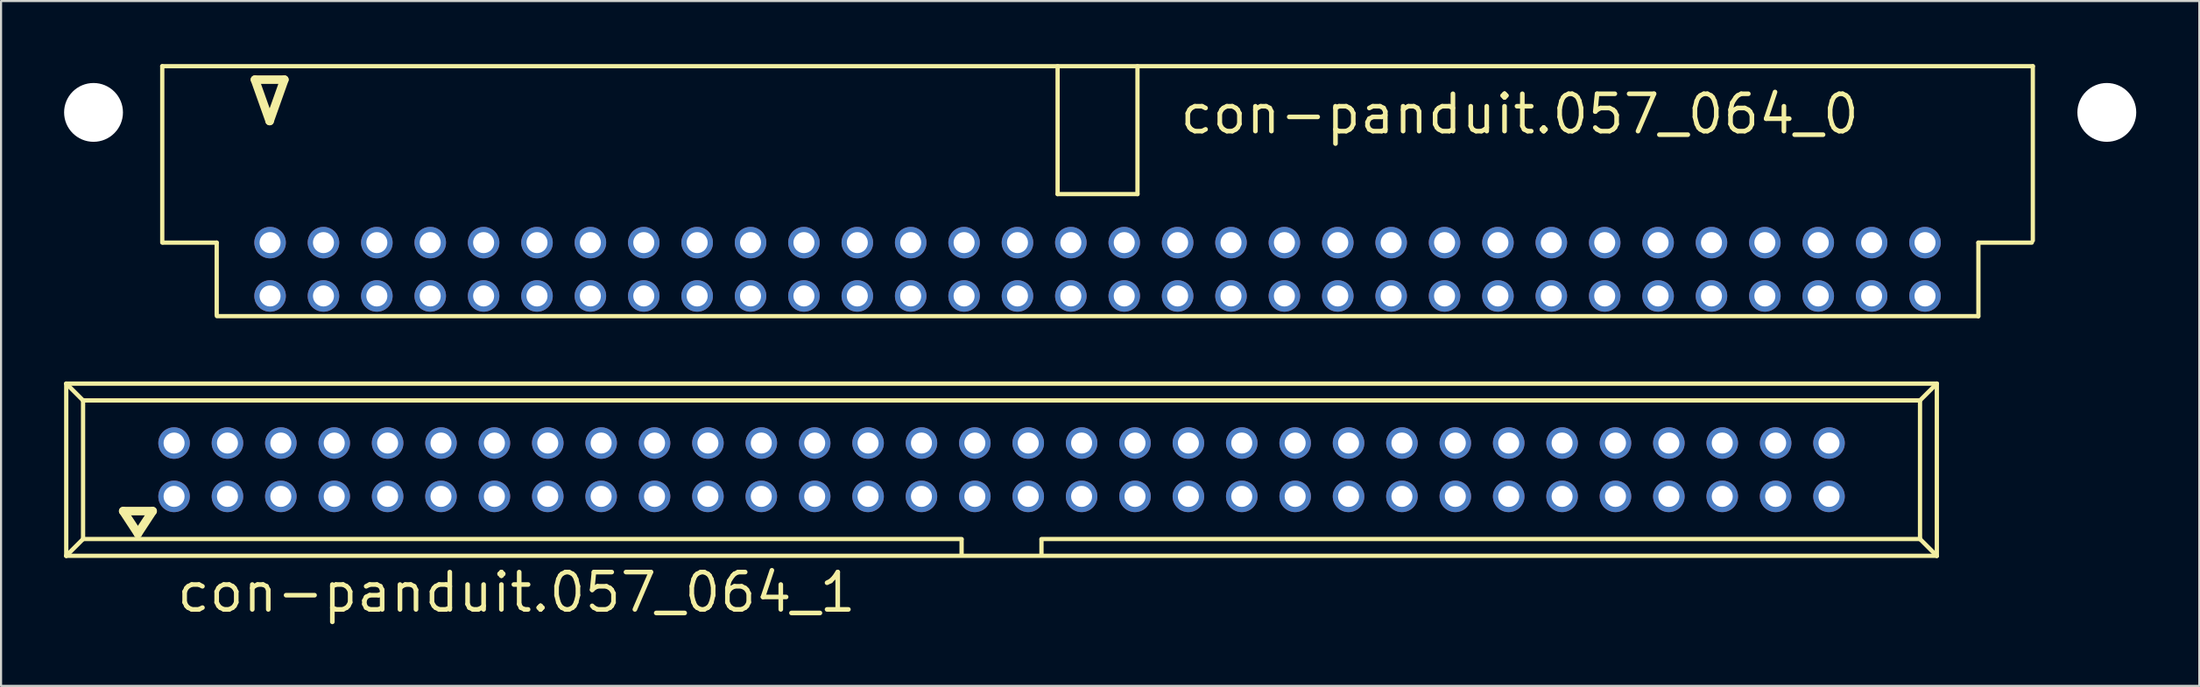
<source format=kicad_pcb>
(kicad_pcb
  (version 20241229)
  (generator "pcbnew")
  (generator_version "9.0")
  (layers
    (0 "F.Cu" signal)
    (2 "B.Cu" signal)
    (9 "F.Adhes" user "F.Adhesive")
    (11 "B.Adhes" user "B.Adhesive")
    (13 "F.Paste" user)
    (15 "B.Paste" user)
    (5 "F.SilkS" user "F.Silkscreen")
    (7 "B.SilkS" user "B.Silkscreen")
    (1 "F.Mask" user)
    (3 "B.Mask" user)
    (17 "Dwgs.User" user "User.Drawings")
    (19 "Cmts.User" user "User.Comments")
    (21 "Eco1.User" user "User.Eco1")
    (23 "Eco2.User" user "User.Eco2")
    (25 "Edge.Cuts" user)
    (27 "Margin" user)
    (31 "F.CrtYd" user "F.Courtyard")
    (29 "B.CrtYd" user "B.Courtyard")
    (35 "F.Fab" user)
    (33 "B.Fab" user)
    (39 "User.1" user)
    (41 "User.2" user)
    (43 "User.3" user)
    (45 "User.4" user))
  (footprint "con-panduit.057_064_0"
    (layer "F.Cu")
    (at 49.17 5.962)
    (property "Reference" "con-panduit.057_064_0" (at 3.81 -2.54 0) (layer "F.SilkS") (effects (font (size 1.778 1.778) (thickness 0.22)) (justify left bottom)))
    (attr through_hole)
    (fp_line (start -44.5 -5.86) (end 44.5 -5.86) (stroke (width 0.203) (type default)) (layer "F.SilkS"))
    (fp_line (start -44.5 2.54) (end -44.5 -5.86) (stroke (width 0.203) (type default)) (layer "F.SilkS"))
    (fp_line (start -44.45 2.54) (end -41.91 2.54) (stroke (width 0.203) (type default)) (layer "F.SilkS"))
    (fp_line (start -41.91 2.54) (end -41.91 5.98) (stroke (width 0.203) (type default)) (layer "F.SilkS"))
    (fp_line (start -40.09 -5.22) (end -39.39 -3.25) (stroke (width 0.406) (type default)) (layer "F.SilkS"))
    (fp_line (start -39.39 -3.25) (end -38.69 -5.22) (stroke (width 0.406) (type default)) (layer "F.SilkS"))
    (fp_line (start -38.69 -5.22) (end -40.09 -5.22) (stroke (width 0.406) (type default)) (layer "F.SilkS"))
    (fp_line (start -1.9 0.23) (end -1.9 -5.86) (stroke (width 0.203) (type default)) (layer "F.SilkS"))
    (fp_line (start -1.9 0.23) (end 1.9 0.23) (stroke (width 0.203) (type default)) (layer "F.SilkS"))
    (fp_line (start 1.9 0.23) (end 1.9 -5.86) (stroke (width 0.203) (type default)) (layer "F.SilkS"))
    (fp_line (start 41.9 6.04) (end -41.9 6.04) (stroke (width 0.203) (type default)) (layer "F.SilkS"))
    (fp_line (start 41.91 2.54) (end 41.91 6.05) (stroke (width 0.203) (type default)) (layer "F.SilkS"))
    (fp_line (start 44.45 2.54) (end 41.91 2.54) (stroke (width 0.203) (type default)) (layer "F.SilkS"))
    (fp_line (start 44.5 -5.86) (end 44.5 2.44) (stroke (width 0.203) (type default)) (layer "F.SilkS"))
    (pad "" np_thru_hole circle (at -47.77 -3.66) (size 2.8 2.8) (drill 2.8) (layers "*.Cu" "*.Mask"))
    (pad "" np_thru_hole circle (at 48.02 -3.66) (size 2.8 2.8) (drill 2.8) (layers "*.Cu" "*.Mask"))
    (pad "1" thru_hole circle (at -39.37 5.08) (size 1.5 1.5) (drill 1) (layers "*.Cu" "*.Mask"))
    (pad "2" thru_hole circle (at -39.37 2.54) (size 1.5 1.5) (drill 1) (layers "*.Cu" "*.Mask"))
    (pad "3" thru_hole circle (at -36.83 5.08) (size 1.5 1.5) (drill 1) (layers "*.Cu" "*.Mask"))
    (pad "4" thru_hole circle (at -36.83 2.54) (size 1.5 1.5) (drill 1) (layers "*.Cu" "*.Mask"))
    (pad "5" thru_hole circle (at -34.29 5.08) (size 1.5 1.5) (drill 1) (layers "*.Cu" "*.Mask"))
    (pad "6" thru_hole circle (at -34.29 2.54) (size 1.5 1.5) (drill 1) (layers "*.Cu" "*.Mask"))
    (pad "7" thru_hole circle (at -31.75 5.08) (size 1.5 1.5) (drill 1) (layers "*.Cu" "*.Mask"))
    (pad "8" thru_hole circle (at -31.75 2.54) (size 1.5 1.5) (drill 1) (layers "*.Cu" "*.Mask"))
    (pad "9" thru_hole circle (at -29.21 5.08) (size 1.5 1.5) (drill 1) (layers "*.Cu" "*.Mask"))
    (pad "10" thru_hole circle (at -29.21 2.54) (size 1.5 1.5) (drill 1) (layers "*.Cu" "*.Mask"))
    (pad "11" thru_hole circle (at -26.67 5.08) (size 1.5 1.5) (drill 1) (layers "*.Cu" "*.Mask"))
    (pad "12" thru_hole circle (at -26.67 2.54) (size 1.5 1.5) (drill 1) (layers "*.Cu" "*.Mask"))
    (pad "13" thru_hole circle (at -24.13 5.08) (size 1.5 1.5) (drill 1) (layers "*.Cu" "*.Mask"))
    (pad "14" thru_hole circle (at -24.13 2.54) (size 1.5 1.5) (drill 1) (layers "*.Cu" "*.Mask"))
    (pad "15" thru_hole circle (at -21.59 5.08) (size 1.5 1.5) (drill 1) (layers "*.Cu" "*.Mask"))
    (pad "16" thru_hole circle (at -21.59 2.54) (size 1.5 1.5) (drill 1) (layers "*.Cu" "*.Mask"))
    (pad "17" thru_hole circle (at -19.05 5.08) (size 1.5 1.5) (drill 1) (layers "*.Cu" "*.Mask"))
    (pad "18" thru_hole circle (at -19.05 2.54) (size 1.5 1.5) (drill 1) (layers "*.Cu" "*.Mask"))
    (pad "19" thru_hole circle (at -16.51 5.08) (size 1.5 1.5) (drill 1) (layers "*.Cu" "*.Mask"))
    (pad "20" thru_hole circle (at -16.51 2.54) (size 1.5 1.5) (drill 1) (layers "*.Cu" "*.Mask"))
    (pad "21" thru_hole circle (at -13.97 5.08) (size 1.5 1.5) (drill 1) (layers "*.Cu" "*.Mask"))
    (pad "22" thru_hole circle (at -13.97 2.54) (size 1.5 1.5) (drill 1) (layers "*.Cu" "*.Mask"))
    (pad "23" thru_hole circle (at -11.43 5.08) (size 1.5 1.5) (drill 1) (layers "*.Cu" "*.Mask"))
    (pad "24" thru_hole circle (at -11.43 2.54) (size 1.5 1.5) (drill 1) (layers "*.Cu" "*.Mask"))
    (pad "25" thru_hole circle (at -8.89 5.08) (size 1.5 1.5) (drill 1) (layers "*.Cu" "*.Mask"))
    (pad "26" thru_hole circle (at -8.89 2.54) (size 1.5 1.5) (drill 1) (layers "*.Cu" "*.Mask"))
    (pad "27" thru_hole circle (at -6.35 5.08) (size 1.5 1.5) (drill 1) (layers "*.Cu" "*.Mask"))
    (pad "28" thru_hole circle (at -6.35 2.54) (size 1.5 1.5) (drill 1) (layers "*.Cu" "*.Mask"))
    (pad "29" thru_hole circle (at -3.81 5.08) (size 1.5 1.5) (drill 1) (layers "*.Cu" "*.Mask"))
    (pad "30" thru_hole circle (at -3.81 2.54) (size 1.5 1.5) (drill 1) (layers "*.Cu" "*.Mask"))
    (pad "31" thru_hole circle (at -1.27 5.08) (size 1.5 1.5) (drill 1) (layers "*.Cu" "*.Mask"))
    (pad "32" thru_hole circle (at -1.27 2.54) (size 1.5 1.5) (drill 1) (layers "*.Cu" "*.Mask"))
    (pad "33" thru_hole circle (at 1.27 5.08) (size 1.5 1.5) (drill 1) (layers "*.Cu" "*.Mask"))
    (pad "34" thru_hole circle (at 1.27 2.54) (size 1.5 1.5) (drill 1) (layers "*.Cu" "*.Mask"))
    (pad "35" thru_hole circle (at 3.81 5.08) (size 1.5 1.5) (drill 1) (layers "*.Cu" "*.Mask"))
    (pad "36" thru_hole circle (at 3.81 2.54) (size 1.5 1.5) (drill 1) (layers "*.Cu" "*.Mask"))
    (pad "37" thru_hole circle (at 6.35 5.08) (size 1.5 1.5) (drill 1) (layers "*.Cu" "*.Mask"))
    (pad "38" thru_hole circle (at 6.35 2.54) (size 1.5 1.5) (drill 1) (layers "*.Cu" "*.Mask"))
    (pad "39" thru_hole circle (at 8.89 5.08) (size 1.5 1.5) (drill 1) (layers "*.Cu" "*.Mask"))
    (pad "40" thru_hole circle (at 8.89 2.54) (size 1.5 1.5) (drill 1) (layers "*.Cu" "*.Mask"))
    (pad "41" thru_hole circle (at 11.43 5.08) (size 1.5 1.5) (drill 1) (layers "*.Cu" "*.Mask"))
    (pad "42" thru_hole circle (at 11.43 2.54) (size 1.5 1.5) (drill 1) (layers "*.Cu" "*.Mask"))
    (pad "43" thru_hole circle (at 13.97 5.08) (size 1.5 1.5) (drill 1) (layers "*.Cu" "*.Mask"))
    (pad "44" thru_hole circle (at 13.97 2.54) (size 1.5 1.5) (drill 1) (layers "*.Cu" "*.Mask"))
    (pad "45" thru_hole circle (at 16.51 5.08) (size 1.5 1.5) (drill 1) (layers "*.Cu" "*.Mask"))
    (pad "46" thru_hole circle (at 16.51 2.54) (size 1.5 1.5) (drill 1) (layers "*.Cu" "*.Mask"))
    (pad "47" thru_hole circle (at 19.05 5.08) (size 1.5 1.5) (drill 1) (layers "*.Cu" "*.Mask"))
    (pad "48" thru_hole circle (at 19.05 2.54) (size 1.5 1.5) (drill 1) (layers "*.Cu" "*.Mask"))
    (pad "49" thru_hole circle (at 21.59 5.08) (size 1.5 1.5) (drill 1) (layers "*.Cu" "*.Mask"))
    (pad "50" thru_hole circle (at 21.59 2.54) (size 1.5 1.5) (drill 1) (layers "*.Cu" "*.Mask"))
    (pad "51" thru_hole circle (at 24.13 5.08) (size 1.5 1.5) (drill 1) (layers "*.Cu" "*.Mask"))
    (pad "52" thru_hole circle (at 24.13 2.54) (size 1.5 1.5) (drill 1) (layers "*.Cu" "*.Mask"))
    (pad "53" thru_hole circle (at 26.67 5.08) (size 1.5 1.5) (drill 1) (layers "*.Cu" "*.Mask"))
    (pad "54" thru_hole circle (at 26.67 2.54) (size 1.5 1.5) (drill 1) (layers "*.Cu" "*.Mask"))
    (pad "55" thru_hole circle (at 29.21 5.08) (size 1.5 1.5) (drill 1) (layers "*.Cu" "*.Mask"))
    (pad "56" thru_hole circle (at 29.21 2.54) (size 1.5 1.5) (drill 1) (layers "*.Cu" "*.Mask"))
    (pad "57" thru_hole circle (at 31.75 5.08) (size 1.5 1.5) (drill 1) (layers "*.Cu" "*.Mask"))
    (pad "58" thru_hole circle (at 31.75 2.54) (size 1.5 1.5) (drill 1) (layers "*.Cu" "*.Mask"))
    (pad "59" thru_hole circle (at 34.29 5.08) (size 1.5 1.5) (drill 1) (layers "*.Cu" "*.Mask"))
    (pad "60" thru_hole circle (at 34.29 2.54) (size 1.5 1.5) (drill 1) (layers "*.Cu" "*.Mask"))
    (pad "61" thru_hole circle (at 36.83 5.08) (size 1.5 1.5) (drill 1) (layers "*.Cu" "*.Mask"))
    (pad "62" thru_hole circle (at 36.83 2.54) (size 1.5 1.5) (drill 1) (layers "*.Cu" "*.Mask"))
    (pad "63" thru_hole circle (at 39.37 5.08) (size 1.5 1.5) (drill 1) (layers "*.Cu" "*.Mask"))
    (pad "64" thru_hole circle (at 39.37 2.54) (size 1.5 1.5) (drill 1) (layers "*.Cu" "*.Mask")))
  (footprint "con-panduit.057_064_1"
    (layer "F.Cu")
    (at 44.602 19.315)
    (property "Reference" "con-panduit.057_064_1" (at -39.35 6.88 0) (layer "F.SilkS") (effects (font (size 1.778 1.778) (thickness 0.22)) (justify left bottom)))
    (attr through_hole)
    (fp_line (start -44.5 -4.1) (end -43.7 -3.3) (stroke (width 0.203) (type default)) (layer "F.SilkS"))
    (fp_line (start -44.5 4.1) (end -44.5 -4.1) (stroke (width 0.203) (type default)) (layer "F.SilkS"))
    (fp_line (start -44.5 4.1) (end -43.7 3.3) (stroke (width 0.203) (type default)) (layer "F.SilkS"))
    (fp_line (start -44.5 4.1) (end 44.5 4.1) (stroke (width 0.203) (type default)) (layer "F.SilkS"))
    (fp_line (start -43.7 -3.3) (end 43.7 -3.3) (stroke (width 0.203) (type default)) (layer "F.SilkS"))
    (fp_line (start -43.7 3.3) (end -43.7 -3.3) (stroke (width 0.203) (type default)) (layer "F.SilkS"))
    (fp_line (start -41.79 1.97) (end -41.09 3.04) (stroke (width 0.406) (type default)) (layer "F.SilkS"))
    (fp_line (start -41.09 3.04) (end -40.39 1.97) (stroke (width 0.406) (type default)) (layer "F.SilkS"))
    (fp_line (start -40.39 1.97) (end -41.79 1.97) (stroke (width 0.406) (type default)) (layer "F.SilkS"))
    (fp_line (start -1.9 3.3) (end -43.7 3.3) (stroke (width 0.203) (type default)) (layer "F.SilkS"))
    (fp_line (start -1.9 3.32) (end -1.9 4.03) (stroke (width 0.203) (type default)) (layer "F.SilkS"))
    (fp_line (start 1.9 3.32) (end 1.9 4.03) (stroke (width 0.203) (type default)) (layer "F.SilkS"))
    (fp_line (start 43.7 -3.3) (end 43.7 3.3) (stroke (width 0.203) (type default)) (layer "F.SilkS"))
    (fp_line (start 43.7 3.3) (end 1.9 3.3) (stroke (width 0.203) (type default)) (layer "F.SilkS"))
    (fp_line (start 43.7 3.3) (end 44.5 4.1) (stroke (width 0.203) (type default)) (layer "F.SilkS"))
    (fp_line (start 44.5 -4.1) (end -44.5 -4.1) (stroke (width 0.203) (type default)) (layer "F.SilkS"))
    (fp_line (start 44.5 -4.1) (end 43.7 -3.3) (stroke (width 0.203) (type default)) (layer "F.SilkS"))
    (fp_line (start 44.5 4.1) (end 44.5 -4.1) (stroke (width 0.203) (type default)) (layer "F.SilkS"))
    (pad "1" thru_hole circle (at -39.37 1.27) (size 1.5 1.5) (drill 1) (layers "*.Cu" "*.Mask"))
    (pad "2" thru_hole circle (at -39.37 -1.27) (size 1.5 1.5) (drill 1) (layers "*.Cu" "*.Mask"))
    (pad "3" thru_hole circle (at -36.83 1.27) (size 1.5 1.5) (drill 1) (layers "*.Cu" "*.Mask"))
    (pad "4" thru_hole circle (at -36.83 -1.27) (size 1.5 1.5) (drill 1) (layers "*.Cu" "*.Mask"))
    (pad "5" thru_hole circle (at -34.29 1.27) (size 1.5 1.5) (drill 1) (layers "*.Cu" "*.Mask"))
    (pad "6" thru_hole circle (at -34.29 -1.27) (size 1.5 1.5) (drill 1) (layers "*.Cu" "*.Mask"))
    (pad "7" thru_hole circle (at -31.75 1.27) (size 1.5 1.5) (drill 1) (layers "*.Cu" "*.Mask"))
    (pad "8" thru_hole circle (at -31.75 -1.27) (size 1.5 1.5) (drill 1) (layers "*.Cu" "*.Mask"))
    (pad "9" thru_hole circle (at -29.21 1.27) (size 1.5 1.5) (drill 1) (layers "*.Cu" "*.Mask"))
    (pad "10" thru_hole circle (at -29.21 -1.27) (size 1.5 1.5) (drill 1) (layers "*.Cu" "*.Mask"))
    (pad "11" thru_hole circle (at -26.67 1.27) (size 1.5 1.5) (drill 1) (layers "*.Cu" "*.Mask"))
    (pad "12" thru_hole circle (at -26.67 -1.27) (size 1.5 1.5) (drill 1) (layers "*.Cu" "*.Mask"))
    (pad "13" thru_hole circle (at -24.13 1.27) (size 1.5 1.5) (drill 1) (layers "*.Cu" "*.Mask"))
    (pad "14" thru_hole circle (at -24.13 -1.27) (size 1.5 1.5) (drill 1) (layers "*.Cu" "*.Mask"))
    (pad "15" thru_hole circle (at -21.59 1.27) (size 1.5 1.5) (drill 1) (layers "*.Cu" "*.Mask"))
    (pad "16" thru_hole circle (at -21.59 -1.27) (size 1.5 1.5) (drill 1) (layers "*.Cu" "*.Mask"))
    (pad "17" thru_hole circle (at -19.05 1.27) (size 1.5 1.5) (drill 1) (layers "*.Cu" "*.Mask"))
    (pad "18" thru_hole circle (at -19.05 -1.27) (size 1.5 1.5) (drill 1) (layers "*.Cu" "*.Mask"))
    (pad "19" thru_hole circle (at -16.51 1.27) (size 1.5 1.5) (drill 1) (layers "*.Cu" "*.Mask"))
    (pad "20" thru_hole circle (at -16.51 -1.27) (size 1.5 1.5) (drill 1) (layers "*.Cu" "*.Mask"))
    (pad "21" thru_hole circle (at -13.97 1.27) (size 1.5 1.5) (drill 1) (layers "*.Cu" "*.Mask"))
    (pad "22" thru_hole circle (at -13.97 -1.27) (size 1.5 1.5) (drill 1) (layers "*.Cu" "*.Mask"))
    (pad "23" thru_hole circle (at -11.43 1.27) (size 1.5 1.5) (drill 1) (layers "*.Cu" "*.Mask"))
    (pad "24" thru_hole circle (at -11.43 -1.27) (size 1.5 1.5) (drill 1) (layers "*.Cu" "*.Mask"))
    (pad "25" thru_hole circle (at -8.89 1.27) (size 1.5 1.5) (drill 1) (layers "*.Cu" "*.Mask"))
    (pad "26" thru_hole circle (at -8.89 -1.27) (size 1.5 1.5) (drill 1) (layers "*.Cu" "*.Mask"))
    (pad "27" thru_hole circle (at -6.35 1.27) (size 1.5 1.5) (drill 1) (layers "*.Cu" "*.Mask"))
    (pad "28" thru_hole circle (at -6.35 -1.27) (size 1.5 1.5) (drill 1) (layers "*.Cu" "*.Mask"))
    (pad "29" thru_hole circle (at -3.81 1.27) (size 1.5 1.5) (drill 1) (layers "*.Cu" "*.Mask"))
    (pad "30" thru_hole circle (at -3.81 -1.27) (size 1.5 1.5) (drill 1) (layers "*.Cu" "*.Mask"))
    (pad "31" thru_hole circle (at -1.27 1.27) (size 1.5 1.5) (drill 1) (layers "*.Cu" "*.Mask"))
    (pad "32" thru_hole circle (at -1.27 -1.27) (size 1.5 1.5) (drill 1) (layers "*.Cu" "*.Mask"))
    (pad "33" thru_hole circle (at 1.27 1.27) (size 1.5 1.5) (drill 1) (layers "*.Cu" "*.Mask"))
    (pad "34" thru_hole circle (at 1.27 -1.27) (size 1.5 1.5) (drill 1) (layers "*.Cu" "*.Mask"))
    (pad "35" thru_hole circle (at 3.81 1.27) (size 1.5 1.5) (drill 1) (layers "*.Cu" "*.Mask"))
    (pad "36" thru_hole circle (at 3.81 -1.27) (size 1.5 1.5) (drill 1) (layers "*.Cu" "*.Mask"))
    (pad "37" thru_hole circle (at 6.35 1.27) (size 1.5 1.5) (drill 1) (layers "*.Cu" "*.Mask"))
    (pad "38" thru_hole circle (at 6.35 -1.27) (size 1.5 1.5) (drill 1) (layers "*.Cu" "*.Mask"))
    (pad "39" thru_hole circle (at 8.89 1.27) (size 1.5 1.5) (drill 1) (layers "*.Cu" "*.Mask"))
    (pad "40" thru_hole circle (at 8.89 -1.27) (size 1.5 1.5) (drill 1) (layers "*.Cu" "*.Mask"))
    (pad "41" thru_hole circle (at 11.43 1.27) (size 1.5 1.5) (drill 1) (layers "*.Cu" "*.Mask"))
    (pad "42" thru_hole circle (at 11.43 -1.27) (size 1.5 1.5) (drill 1) (layers "*.Cu" "*.Mask"))
    (pad "43" thru_hole circle (at 13.97 1.27) (size 1.5 1.5) (drill 1) (layers "*.Cu" "*.Mask"))
    (pad "44" thru_hole circle (at 13.97 -1.27) (size 1.5 1.5) (drill 1) (layers "*.Cu" "*.Mask"))
    (pad "45" thru_hole circle (at 16.51 1.27) (size 1.5 1.5) (drill 1) (layers "*.Cu" "*.Mask"))
    (pad "46" thru_hole circle (at 16.51 -1.27) (size 1.5 1.5) (drill 1) (layers "*.Cu" "*.Mask"))
    (pad "47" thru_hole circle (at 19.05 1.27) (size 1.5 1.5) (drill 1) (layers "*.Cu" "*.Mask"))
    (pad "48" thru_hole circle (at 19.05 -1.27) (size 1.5 1.5) (drill 1) (layers "*.Cu" "*.Mask"))
    (pad "49" thru_hole circle (at 21.59 1.27) (size 1.5 1.5) (drill 1) (layers "*.Cu" "*.Mask"))
    (pad "50" thru_hole circle (at 21.59 -1.27) (size 1.5 1.5) (drill 1) (layers "*.Cu" "*.Mask"))
    (pad "51" thru_hole circle (at 24.13 1.27) (size 1.5 1.5) (drill 1) (layers "*.Cu" "*.Mask"))
    (pad "52" thru_hole circle (at 24.13 -1.27) (size 1.5 1.5) (drill 1) (layers "*.Cu" "*.Mask"))
    (pad "53" thru_hole circle (at 26.67 1.27) (size 1.5 1.5) (drill 1) (layers "*.Cu" "*.Mask"))
    (pad "54" thru_hole circle (at 26.67 -1.27) (size 1.5 1.5) (drill 1) (layers "*.Cu" "*.Mask"))
    (pad "55" thru_hole circle (at 29.21 1.27) (size 1.5 1.5) (drill 1) (layers "*.Cu" "*.Mask"))
    (pad "56" thru_hole circle (at 29.21 -1.27) (size 1.5 1.5) (drill 1) (layers "*.Cu" "*.Mask"))
    (pad "57" thru_hole circle (at 31.75 1.27) (size 1.5 1.5) (drill 1) (layers "*.Cu" "*.Mask"))
    (pad "58" thru_hole circle (at 31.75 -1.27) (size 1.5 1.5) (drill 1) (layers "*.Cu" "*.Mask"))
    (pad "59" thru_hole circle (at 34.29 1.27) (size 1.5 1.5) (drill 1) (layers "*.Cu" "*.Mask"))
    (pad "60" thru_hole circle (at 34.29 -1.27) (size 1.5 1.5) (drill 1) (layers "*.Cu" "*.Mask"))
    (pad "61" thru_hole circle (at 36.83 1.27) (size 1.5 1.5) (drill 1) (layers "*.Cu" "*.Mask"))
    (pad "62" thru_hole circle (at 36.83 -1.27) (size 1.5 1.5) (drill 1) (layers "*.Cu" "*.Mask"))
    (pad "63" thru_hole circle (at 39.37 1.27) (size 1.5 1.5) (drill 1) (layers "*.Cu" "*.Mask"))
    (pad "64" thru_hole circle (at 39.37 -1.27) (size 1.5 1.5) (drill 1) (layers "*.Cu" "*.Mask")))
  (gr_rect
    (start -3 -3)
    (end 101.59 29.609)
    (stroke (width 0.1) (type default))
    (fill no)
    (layer "Edge.Cuts")))
</source>
